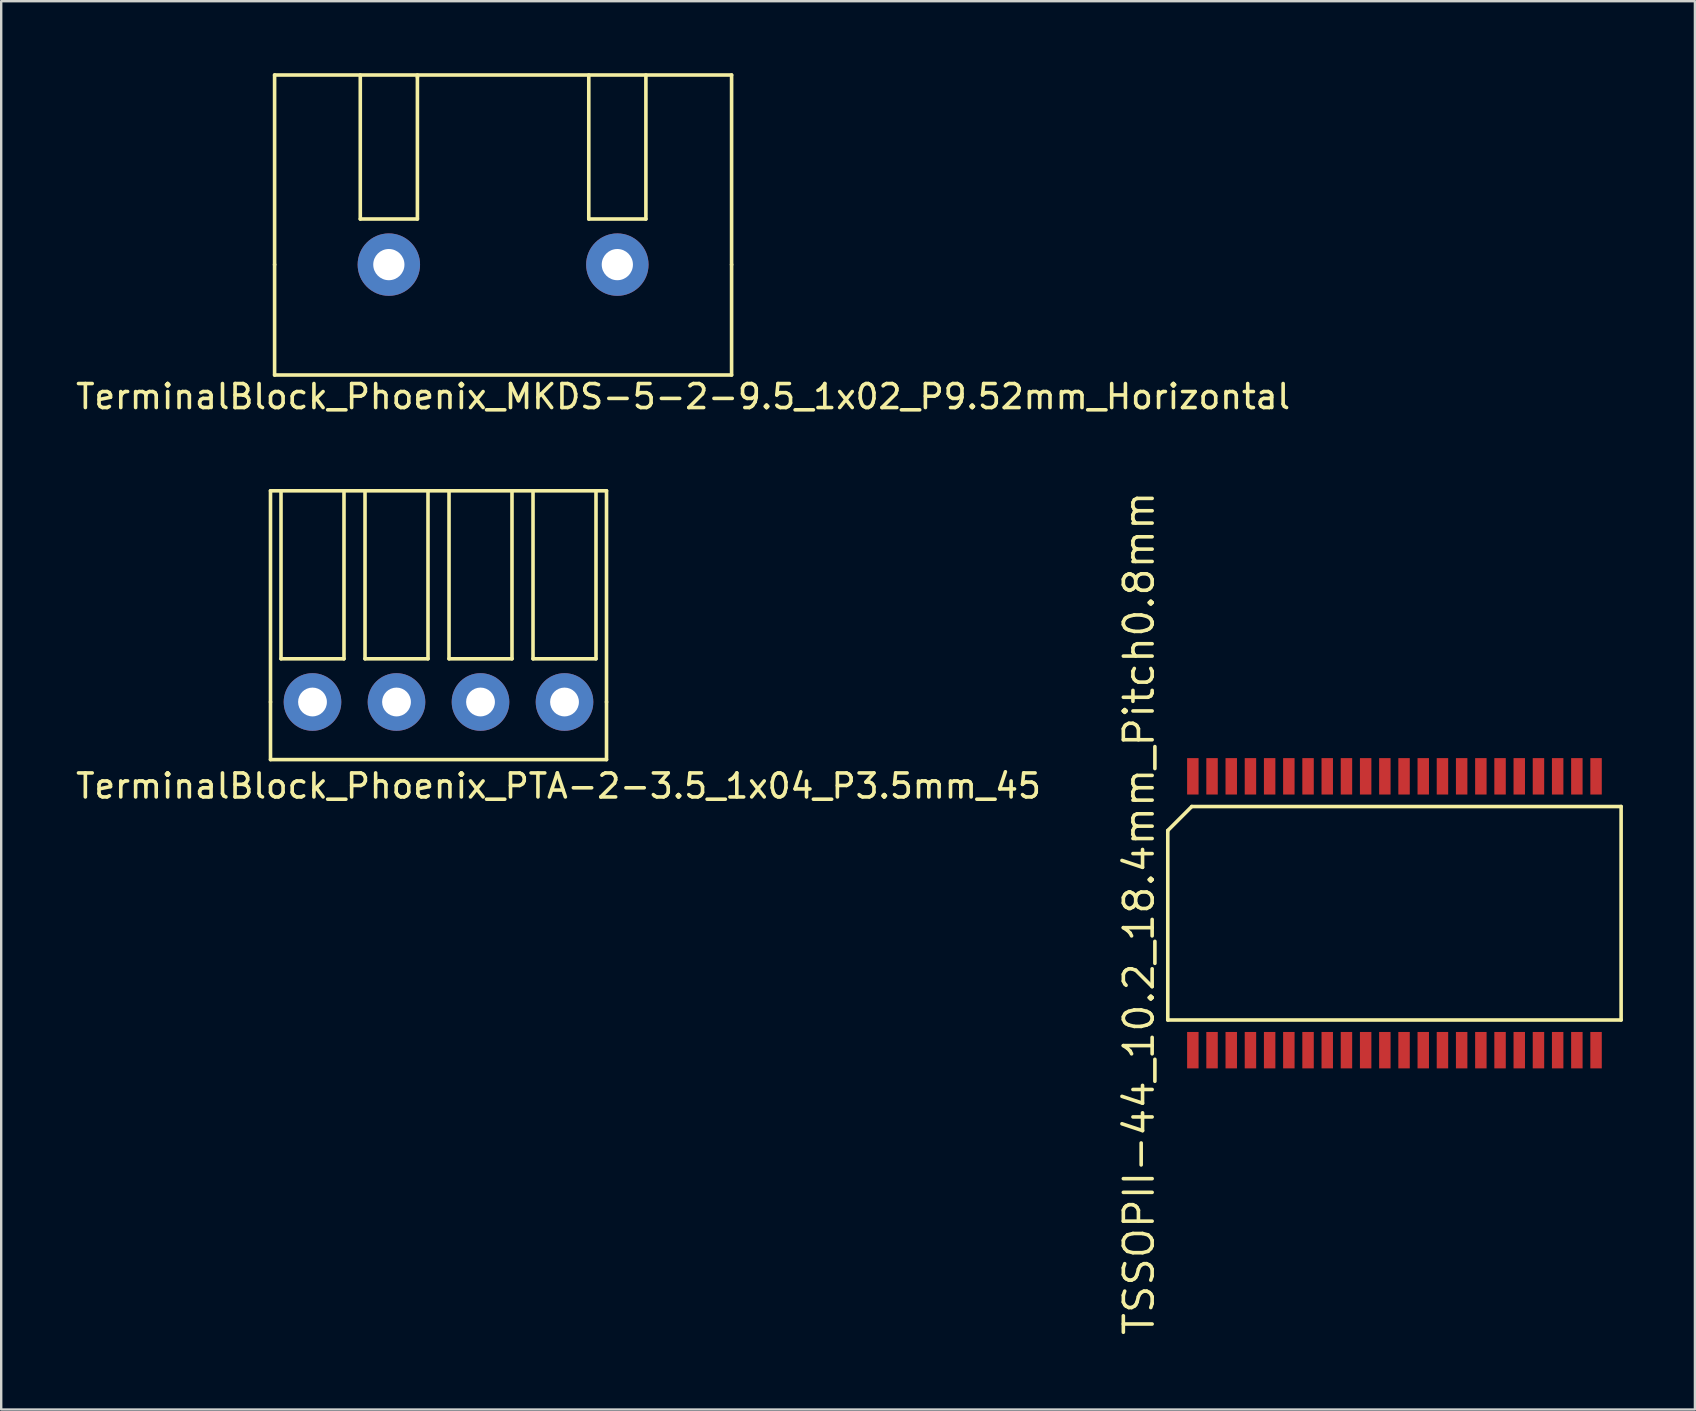
<source format=kicad_pcb>
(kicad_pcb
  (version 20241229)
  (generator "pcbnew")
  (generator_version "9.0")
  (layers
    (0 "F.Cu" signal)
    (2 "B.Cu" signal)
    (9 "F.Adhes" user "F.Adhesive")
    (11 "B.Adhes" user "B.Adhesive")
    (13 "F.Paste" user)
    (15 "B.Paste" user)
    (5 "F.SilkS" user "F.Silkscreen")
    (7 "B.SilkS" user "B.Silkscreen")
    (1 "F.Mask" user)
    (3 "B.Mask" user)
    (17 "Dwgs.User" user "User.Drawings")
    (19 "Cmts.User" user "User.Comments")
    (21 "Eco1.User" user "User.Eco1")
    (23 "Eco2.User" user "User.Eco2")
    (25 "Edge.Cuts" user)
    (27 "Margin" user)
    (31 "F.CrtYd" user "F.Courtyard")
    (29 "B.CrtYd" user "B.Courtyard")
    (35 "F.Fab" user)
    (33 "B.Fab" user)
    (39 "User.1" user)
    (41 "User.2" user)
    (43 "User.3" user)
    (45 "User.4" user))
  (footprint "TerminalBlock_Phoenix_MKDS-5-2-9.5_1x02_P9.52mm_Horizontal"
    (layer "F.Cu")
    (at 17.911 7.975)
    (property "Reference" "TerminalBlock_Phoenix_MKDS-5-2-9.5_1x02_P9.52mm_Horizontal" (at 7.5 5.5 0) (layer "F.SilkS") (effects (font (size 1 1) (thickness 0.15))))
    (attr through_hole)
    (fp_line (start -9.52 -7.9) (end 9.52 -7.9) (stroke (width 0.15) (type solid)) (layer "F.SilkS"))
    (fp_line (start -9.52 0) (end -9.52 -7.9) (stroke (width 0.15) (type solid)) (layer "F.SilkS"))
    (fp_line (start -9.52 0) (end -9.52 4.6) (stroke (width 0.15) (type solid)) (layer "F.SilkS"))
    (fp_line (start -9.52 4.6) (end 9.52 4.6) (stroke (width 0.15) (type solid)) (layer "F.SilkS"))
    (fp_line (start -5.95 -7.9) (end -5.95 -1.9) (stroke (width 0.15) (type solid)) (layer "F.SilkS"))
    (fp_line (start -5.95 -1.9) (end -3.57 -1.9) (stroke (width 0.15) (type solid)) (layer "F.SilkS"))
    (fp_line (start -3.57 -7.8) (end -3.57 -7.9) (stroke (width 0.15) (type solid)) (layer "F.SilkS"))
    (fp_line (start -3.57 -1.9) (end -3.57 -7.8) (stroke (width 0.15) (type solid)) (layer "F.SilkS"))
    (fp_line (start 3.57 -7.9) (end 3.57 -1.9) (stroke (width 0.15) (type solid)) (layer "F.SilkS"))
    (fp_line (start 3.57 -1.9) (end 5.95 -1.9) (stroke (width 0.15) (type solid)) (layer "F.SilkS"))
    (fp_line (start 5.95 -1.9) (end 5.95 -7.9) (stroke (width 0.15) (type solid)) (layer "F.SilkS"))
    (fp_line (start 9.52 -7.9) (end 9.52 0) (stroke (width 0.15) (type solid)) (layer "F.SilkS"))
    (fp_line (start 9.52 4.6) (end 9.52 0) (stroke (width 0.15) (type solid)) (layer "F.SilkS"))
    (pad "1" thru_hole circle (at -4.76 0) (size 2.6 2.6) (drill 1.3) (layers "*.Cu" "*.Mask"))
    (pad "2" thru_hole circle (at 4.76 0) (size 2.6 2.6) (drill 1.3) (layers "*.Cu" "*.Mask")))
  (footprint "TSSOPII-44_10.2_18.4mm_Pitch0.8mm"
    (layer "F.Cu")
    (at 55.049 35)
    (property "Reference" "TSSOPII-44_10.2_18.4mm_Pitch0.8mm" (at -10.643 0 90) (layer "F.SilkS") (effects (font (size 1.2 1.2) (thickness 0.15))))
    (attr through_hole)
    (fp_line (start -9.444 -3.447) (end -9.444 4.447) (stroke (width 0.15) (type solid)) (layer "F.SilkS"))
    (fp_line (start -9.444 4.447) (end 9.444 4.447) (stroke (width 0.15) (type solid)) (layer "F.SilkS"))
    (fp_line (start -8.444 -4.447) (end -9.444 -3.447) (stroke (width 0.15) (type solid)) (layer "F.SilkS"))
    (fp_line (start 9.444 -4.447) (end -8.444 -4.447) (stroke (width 0.15) (type solid)) (layer "F.SilkS"))
    (fp_line (start 9.444 4.447) (end 9.444 -4.447) (stroke (width 0.15) (type solid)) (layer "F.SilkS"))
    (pad "1" smd rect (at -8.4 5.705) (size 0.477 1.517) (layers "F.Cu" "F.Mask" "F.Paste"))
    (pad "2" smd rect (at -7.6 5.705) (size 0.477 1.517) (layers "F.Cu" "F.Mask" "F.Paste"))
    (pad "3" smd rect (at -6.8 5.705) (size 0.477 1.517) (layers "F.Cu" "F.Mask" "F.Paste"))
    (pad "4" smd rect (at -6 5.705) (size 0.477 1.517) (layers "F.Cu" "F.Mask" "F.Paste"))
    (pad "5" smd rect (at -5.2 5.705) (size 0.477 1.517) (layers "F.Cu" "F.Mask" "F.Paste"))
    (pad "6" smd rect (at -4.4 5.705) (size 0.477 1.517) (layers "F.Cu" "F.Mask" "F.Paste"))
    (pad "7" smd rect (at -3.6 5.705) (size 0.477 1.517) (layers "F.Cu" "F.Mask" "F.Paste"))
    (pad "8" smd rect (at -2.8 5.705) (size 0.477 1.517) (layers "F.Cu" "F.Mask" "F.Paste"))
    (pad "9" smd rect (at -2 5.705) (size 0.477 1.517) (layers "F.Cu" "F.Mask" "F.Paste"))
    (pad "10" smd rect (at -1.2 5.705) (size 0.477 1.517) (layers "F.Cu" "F.Mask" "F.Paste"))
    (pad "11" smd rect (at -0.4 5.705) (size 0.477 1.517) (layers "F.Cu" "F.Mask" "F.Paste"))
    (pad "12" smd rect (at 0.4 5.705) (size 0.477 1.517) (layers "F.Cu" "F.Mask" "F.Paste"))
    (pad "13" smd rect (at 1.2 5.705) (size 0.477 1.517) (layers "F.Cu" "F.Mask" "F.Paste"))
    (pad "14" smd rect (at 2 5.705) (size 0.477 1.517) (layers "F.Cu" "F.Mask" "F.Paste"))
    (pad "15" smd rect (at 2.8 5.705) (size 0.477 1.517) (layers "F.Cu" "F.Mask" "F.Paste"))
    (pad "16" smd rect (at 3.6 5.705) (size 0.477 1.517) (layers "F.Cu" "F.Mask" "F.Paste"))
    (pad "17" smd rect (at 4.4 5.705) (size 0.477 1.517) (layers "F.Cu" "F.Mask" "F.Paste"))
    (pad "18" smd rect (at 5.2 5.705) (size 0.477 1.517) (layers "F.Cu" "F.Mask" "F.Paste"))
    (pad "19" smd rect (at 6 5.705) (size 0.477 1.517) (layers "F.Cu" "F.Mask" "F.Paste"))
    (pad "20" smd rect (at 6.8 5.705) (size 0.477 1.517) (layers "F.Cu" "F.Mask" "F.Paste"))
    (pad "21" smd rect (at 7.6 5.705) (size 0.477 1.517) (layers "F.Cu" "F.Mask" "F.Paste"))
    (pad "22" smd rect (at 8.4 5.705) (size 0.477 1.517) (layers "F.Cu" "F.Mask" "F.Paste"))
    (pad "23" smd rect (at 8.4 -5.705) (size 0.477 1.517) (layers "F.Cu" "F.Mask" "F.Paste"))
    (pad "24" smd rect (at 7.6 -5.705) (size 0.477 1.517) (layers "F.Cu" "F.Mask" "F.Paste"))
    (pad "25" smd rect (at 6.8 -5.705) (size 0.477 1.517) (layers "F.Cu" "F.Mask" "F.Paste"))
    (pad "26" smd rect (at 6 -5.705) (size 0.477 1.517) (layers "F.Cu" "F.Mask" "F.Paste"))
    (pad "27" smd rect (at 5.2 -5.705) (size 0.477 1.517) (layers "F.Cu" "F.Mask" "F.Paste"))
    (pad "28" smd rect (at 4.4 -5.705) (size 0.477 1.517) (layers "F.Cu" "F.Mask" "F.Paste"))
    (pad "29" smd rect (at 3.6 -5.705) (size 0.477 1.517) (layers "F.Cu" "F.Mask" "F.Paste"))
    (pad "30" smd rect (at 2.8 -5.705) (size 0.477 1.517) (layers "F.Cu" "F.Mask" "F.Paste"))
    (pad "31" smd rect (at 2 -5.705) (size 0.477 1.517) (layers "F.Cu" "F.Mask" "F.Paste"))
    (pad "32" smd rect (at 1.2 -5.705) (size 0.477 1.517) (layers "F.Cu" "F.Mask" "F.Paste"))
    (pad "33" smd rect (at 0.4 -5.705) (size 0.477 1.517) (layers "F.Cu" "F.Mask" "F.Paste"))
    (pad "34" smd rect (at -0.4 -5.705) (size 0.477 1.517) (layers "F.Cu" "F.Mask" "F.Paste"))
    (pad "35" smd rect (at -1.2 -5.705) (size 0.477 1.517) (layers "F.Cu" "F.Mask" "F.Paste"))
    (pad "36" smd rect (at -2 -5.705) (size 0.477 1.517) (layers "F.Cu" "F.Mask" "F.Paste"))
    (pad "37" smd rect (at -2.8 -5.705) (size 0.477 1.517) (layers "F.Cu" "F.Mask" "F.Paste"))
    (pad "38" smd rect (at -3.6 -5.705) (size 0.477 1.517) (layers "F.Cu" "F.Mask" "F.Paste"))
    (pad "39" smd rect (at -4.4 -5.705) (size 0.477 1.517) (layers "F.Cu" "F.Mask" "F.Paste"))
    (pad "40" smd rect (at -5.2 -5.705) (size 0.477 1.517) (layers "F.Cu" "F.Mask" "F.Paste"))
    (pad "41" smd rect (at -6 -5.705) (size 0.477 1.517) (layers "F.Cu" "F.Mask" "F.Paste"))
    (pad "42" smd rect (at -6.8 -5.705) (size 0.477 1.517) (layers "F.Cu" "F.Mask" "F.Paste"))
    (pad "43" smd rect (at -7.6 -5.705) (size 0.477 1.517) (layers "F.Cu" "F.Mask" "F.Paste"))
    (pad "44" smd rect (at -8.4 -5.705) (size 0.477 1.517) (layers "F.Cu" "F.Mask" "F.Paste")))
  (footprint "TerminalBlock_Phoenix_PTA-2-3.5_1x04_P3.5mm_45"
    (layer "F.Cu")
    (at 15.22 26.198)
    (property "Reference" "TerminalBlock_Phoenix_PTA-2-3.5_1x04_P3.5mm_45" (at 5 3.5 0) (layer "F.SilkS") (effects (font (size 1 1) (thickness 0.15))))
    (attr through_hole)
    (fp_line (start -7 -8.8) (end 7 -8.8) (stroke (width 0.15) (type solid)) (layer "F.SilkS"))
    (fp_line (start -7 0) (end -7 -8.8) (stroke (width 0.15) (type solid)) (layer "F.SilkS"))
    (fp_line (start -7 2.4) (end -7 0) (stroke (width 0.15) (type solid)) (layer "F.SilkS"))
    (fp_line (start -6.562 -1.8) (end -6.562 -8.8) (stroke (width 0.15) (type solid)) (layer "F.SilkS"))
    (fp_line (start -3.938 -8.8) (end -3.938 -1.8) (stroke (width 0.15) (type solid)) (layer "F.SilkS"))
    (fp_line (start -3.938 -1.8) (end -6.562 -1.8) (stroke (width 0.15) (type solid)) (layer "F.SilkS"))
    (fp_line (start -3.062 -8.8) (end -3.062 -1.8) (stroke (width 0.15) (type solid)) (layer "F.SilkS"))
    (fp_line (start -3.062 -1.8) (end -0.438 -1.8) (stroke (width 0.15) (type solid)) (layer "F.SilkS"))
    (fp_line (start -0.438 -1.8) (end -0.438 -8.8) (stroke (width 0.15) (type solid)) (layer "F.SilkS"))
    (fp_line (start 0.438 -8.8) (end 0.438 -1.8) (stroke (width 0.15) (type solid)) (layer "F.SilkS"))
    (fp_line (start 0.438 -1.8) (end 3.062 -1.8) (stroke (width 0.15) (type solid)) (layer "F.SilkS"))
    (fp_line (start 3.062 -1.8) (end 3.062 -8.8) (stroke (width 0.15) (type solid)) (layer "F.SilkS"))
    (fp_line (start 3.938 -8.8) (end 3.938 -1.8) (stroke (width 0.15) (type solid)) (layer "F.SilkS"))
    (fp_line (start 3.938 -1.8) (end 6.562 -1.8) (stroke (width 0.15) (type solid)) (layer "F.SilkS"))
    (fp_line (start 6.562 -1.8) (end 6.562 -8.8) (stroke (width 0.15) (type solid)) (layer "F.SilkS"))
    (fp_line (start 7 -8.8) (end 7 0) (stroke (width 0.15) (type solid)) (layer "F.SilkS"))
    (fp_line (start 7 0) (end 7 2.4) (stroke (width 0.15) (type solid)) (layer "F.SilkS"))
    (fp_line (start 7 2.4) (end -7 2.4) (stroke (width 0.15) (type solid)) (layer "F.SilkS"))
    (pad "1" thru_hole circle (at -5.25 0) (size 2.4 2.4) (drill 1.2) (layers "*.Cu" "*.Mask"))
    (pad "2" thru_hole circle (at -1.75 0) (size 2.4 2.4) (drill 1.2) (layers "*.Cu" "*.Mask"))
    (pad "3" thru_hole circle (at 1.75 0) (size 2.4 2.4) (drill 1.2) (layers "*.Cu" "*.Mask"))
    (pad "4" thru_hole circle (at 5.25 0) (size 2.4 2.4) (drill 1.2) (layers "*.Cu" "*.Mask")))
  (gr_rect
    (start -3 -3)
    (end 67.568 55.676)
    (stroke (width 0.1) (type default))
    (fill no)
    (layer "Edge.Cuts")))
</source>
